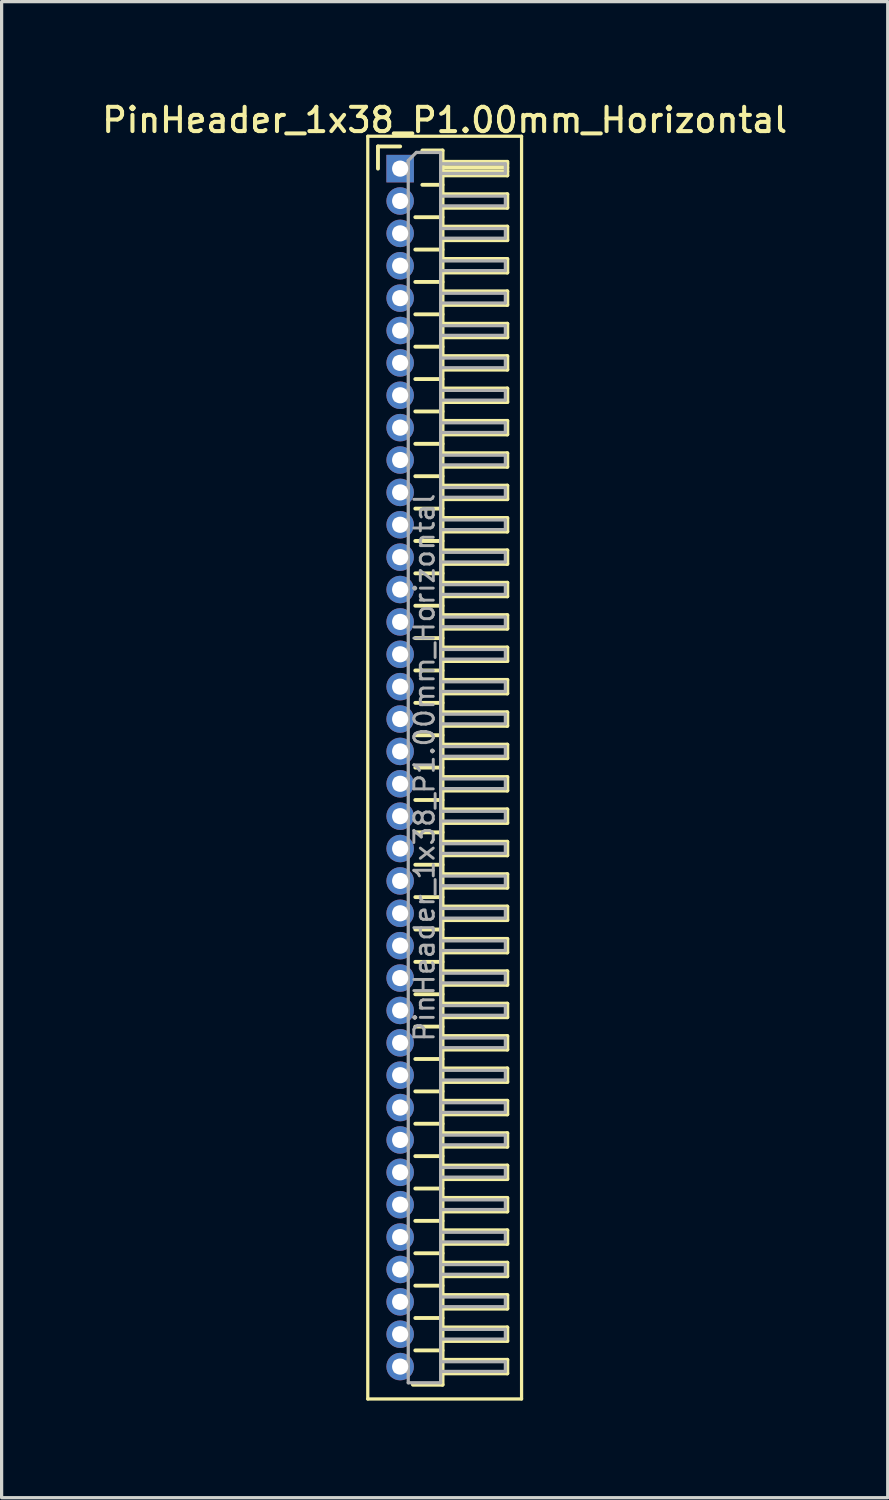
<source format=kicad_pcb>
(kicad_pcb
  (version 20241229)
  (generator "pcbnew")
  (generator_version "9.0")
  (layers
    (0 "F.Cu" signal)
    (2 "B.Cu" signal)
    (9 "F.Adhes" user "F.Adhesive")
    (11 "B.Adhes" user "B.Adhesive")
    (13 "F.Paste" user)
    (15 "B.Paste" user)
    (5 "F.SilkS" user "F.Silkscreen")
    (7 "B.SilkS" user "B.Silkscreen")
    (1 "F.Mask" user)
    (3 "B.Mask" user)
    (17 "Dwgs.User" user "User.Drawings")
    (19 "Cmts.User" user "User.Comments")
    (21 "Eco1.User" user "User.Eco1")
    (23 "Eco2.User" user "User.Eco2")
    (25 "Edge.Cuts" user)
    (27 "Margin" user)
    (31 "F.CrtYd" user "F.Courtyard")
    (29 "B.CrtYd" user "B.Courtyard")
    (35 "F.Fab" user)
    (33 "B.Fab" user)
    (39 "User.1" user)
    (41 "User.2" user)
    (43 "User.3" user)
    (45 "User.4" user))
  (footprint "PinHeader_1x38_P1.00mm_Horizontal"
    (layer "F.Cu")
    (at 9.309 2.158)
    (property "Reference" "PinHeader_1x38_P1.00mm_Horizontal" (at 1.375 -1.5 0) (layer "F.SilkS") (effects (font (size 0.75 0.75) (thickness 0.125))))
    (attr through_hole)
    (fp_line (start -1 -1) (end -1 38) (stroke (width 0.1) (type solid)) (layer "F.SilkS"))
    (fp_line (start -1 38) (end 3.75 38) (stroke (width 0.1) (type solid)) (layer "F.SilkS"))
    (fp_line (start -0.685 -0.685) (end 0 -0.685) (stroke (width 0.12) (type solid)) (layer "F.SilkS"))
    (fp_line (start -0.685 0) (end -0.685 -0.685) (stroke (width 0.12) (type solid)) (layer "F.SilkS"))
    (fp_line (start 0.468 1.5) (end 1.31 1.5) (stroke (width 0.12) (type solid)) (layer "F.SilkS"))
    (fp_line (start 0.468 2.5) (end 1.31 2.5) (stroke (width 0.12) (type solid)) (layer "F.SilkS"))
    (fp_line (start 0.468 3.5) (end 1.31 3.5) (stroke (width 0.12) (type solid)) (layer "F.SilkS"))
    (fp_line (start 0.468 4.5) (end 1.31 4.5) (stroke (width 0.12) (type solid)) (layer "F.SilkS"))
    (fp_line (start 0.468 5.5) (end 1.31 5.5) (stroke (width 0.12) (type solid)) (layer "F.SilkS"))
    (fp_line (start 0.468 6.5) (end 1.31 6.5) (stroke (width 0.12) (type solid)) (layer "F.SilkS"))
    (fp_line (start 0.468 7.5) (end 1.31 7.5) (stroke (width 0.12) (type solid)) (layer "F.SilkS"))
    (fp_line (start 0.468 8.5) (end 1.31 8.5) (stroke (width 0.12) (type solid)) (layer "F.SilkS"))
    (fp_line (start 0.468 9.5) (end 1.31 9.5) (stroke (width 0.12) (type solid)) (layer "F.SilkS"))
    (fp_line (start 0.468 10.5) (end 1.31 10.5) (stroke (width 0.12) (type solid)) (layer "F.SilkS"))
    (fp_line (start 0.468 11.5) (end 1.31 11.5) (stroke (width 0.12) (type solid)) (layer "F.SilkS"))
    (fp_line (start 0.468 12.5) (end 1.31 12.5) (stroke (width 0.12) (type solid)) (layer "F.SilkS"))
    (fp_line (start 0.468 13.5) (end 1.31 13.5) (stroke (width 0.12) (type solid)) (layer "F.SilkS"))
    (fp_line (start 0.468 14.5) (end 1.31 14.5) (stroke (width 0.12) (type solid)) (layer "F.SilkS"))
    (fp_line (start 0.468 15.5) (end 1.31 15.5) (stroke (width 0.12) (type solid)) (layer "F.SilkS"))
    (fp_line (start 0.468 16.5) (end 1.31 16.5) (stroke (width 0.12) (type solid)) (layer "F.SilkS"))
    (fp_line (start 0.468 17.5) (end 1.31 17.5) (stroke (width 0.12) (type solid)) (layer "F.SilkS"))
    (fp_line (start 0.468 18.5) (end 1.31 18.5) (stroke (width 0.12) (type solid)) (layer "F.SilkS"))
    (fp_line (start 0.468 19.5) (end 1.31 19.5) (stroke (width 0.12) (type solid)) (layer "F.SilkS"))
    (fp_line (start 0.468 20.5) (end 1.31 20.5) (stroke (width 0.12) (type solid)) (layer "F.SilkS"))
    (fp_line (start 0.468 21.5) (end 1.31 21.5) (stroke (width 0.12) (type solid)) (layer "F.SilkS"))
    (fp_line (start 0.468 22.5) (end 1.31 22.5) (stroke (width 0.12) (type solid)) (layer "F.SilkS"))
    (fp_line (start 0.468 23.5) (end 1.31 23.5) (stroke (width 0.12) (type solid)) (layer "F.SilkS"))
    (fp_line (start 0.468 24.5) (end 1.31 24.5) (stroke (width 0.12) (type solid)) (layer "F.SilkS"))
    (fp_line (start 0.468 25.5) (end 1.31 25.5) (stroke (width 0.12) (type solid)) (layer "F.SilkS"))
    (fp_line (start 0.468 26.5) (end 1.31 26.5) (stroke (width 0.12) (type solid)) (layer "F.SilkS"))
    (fp_line (start 0.468 27.5) (end 1.31 27.5) (stroke (width 0.12) (type solid)) (layer "F.SilkS"))
    (fp_line (start 0.468 28.5) (end 1.31 28.5) (stroke (width 0.12) (type solid)) (layer "F.SilkS"))
    (fp_line (start 0.468 29.5) (end 1.31 29.5) (stroke (width 0.12) (type solid)) (layer "F.SilkS"))
    (fp_line (start 0.468 30.5) (end 1.31 30.5) (stroke (width 0.12) (type solid)) (layer "F.SilkS"))
    (fp_line (start 0.468 31.5) (end 1.31 31.5) (stroke (width 0.12) (type solid)) (layer "F.SilkS"))
    (fp_line (start 0.468 32.5) (end 1.31 32.5) (stroke (width 0.12) (type solid)) (layer "F.SilkS"))
    (fp_line (start 0.468 33.5) (end 1.31 33.5) (stroke (width 0.12) (type solid)) (layer "F.SilkS"))
    (fp_line (start 0.468 34.5) (end 1.31 34.5) (stroke (width 0.12) (type solid)) (layer "F.SilkS"))
    (fp_line (start 0.468 35.5) (end 1.31 35.5) (stroke (width 0.12) (type solid)) (layer "F.SilkS"))
    (fp_line (start 0.468 36.5) (end 1.31 36.5) (stroke (width 0.12) (type solid)) (layer "F.SilkS"))
    (fp_line (start 0.685 -0.56) (end 1.31 -0.56) (stroke (width 0.12) (type solid)) (layer "F.SilkS"))
    (fp_line (start 0.685 0.5) (end 1.31 0.5) (stroke (width 0.12) (type solid)) (layer "F.SilkS"))
    (fp_line (start 1.31 -0.56) (end 1.31 37.56) (stroke (width 0.12) (type solid)) (layer "F.SilkS"))
    (fp_line (start 1.31 -0.21) (end 3.31 -0.21) (stroke (width 0.12) (type solid)) (layer "F.SilkS"))
    (fp_line (start 1.31 -0.15) (end 3.31 -0.15) (stroke (width 0.12) (type solid)) (layer "F.SilkS"))
    (fp_line (start 1.31 -0.03) (end 3.31 -0.03) (stroke (width 0.12) (type solid)) (layer "F.SilkS"))
    (fp_line (start 1.31 0.09) (end 3.31 0.09) (stroke (width 0.12) (type solid)) (layer "F.SilkS"))
    (fp_line (start 1.31 0.79) (end 3.31 0.79) (stroke (width 0.12) (type solid)) (layer "F.SilkS"))
    (fp_line (start 1.31 1.79) (end 3.31 1.79) (stroke (width 0.12) (type solid)) (layer "F.SilkS"))
    (fp_line (start 1.31 2.79) (end 3.31 2.79) (stroke (width 0.12) (type solid)) (layer "F.SilkS"))
    (fp_line (start 1.31 3.79) (end 3.31 3.79) (stroke (width 0.12) (type solid)) (layer "F.SilkS"))
    (fp_line (start 1.31 4.79) (end 3.31 4.79) (stroke (width 0.12) (type solid)) (layer "F.SilkS"))
    (fp_line (start 1.31 5.79) (end 3.31 5.79) (stroke (width 0.12) (type solid)) (layer "F.SilkS"))
    (fp_line (start 1.31 6.79) (end 3.31 6.79) (stroke (width 0.12) (type solid)) (layer "F.SilkS"))
    (fp_line (start 1.31 7.79) (end 3.31 7.79) (stroke (width 0.12) (type solid)) (layer "F.SilkS"))
    (fp_line (start 1.31 8.79) (end 3.31 8.79) (stroke (width 0.12) (type solid)) (layer "F.SilkS"))
    (fp_line (start 1.31 9.79) (end 3.31 9.79) (stroke (width 0.12) (type solid)) (layer "F.SilkS"))
    (fp_line (start 1.31 10.79) (end 3.31 10.79) (stroke (width 0.12) (type solid)) (layer "F.SilkS"))
    (fp_line (start 1.31 11.79) (end 3.31 11.79) (stroke (width 0.12) (type solid)) (layer "F.SilkS"))
    (fp_line (start 1.31 12.79) (end 3.31 12.79) (stroke (width 0.12) (type solid)) (layer "F.SilkS"))
    (fp_line (start 1.31 13.79) (end 3.31 13.79) (stroke (width 0.12) (type solid)) (layer "F.SilkS"))
    (fp_line (start 1.31 14.79) (end 3.31 14.79) (stroke (width 0.12) (type solid)) (layer "F.SilkS"))
    (fp_line (start 1.31 15.79) (end 3.31 15.79) (stroke (width 0.12) (type solid)) (layer "F.SilkS"))
    (fp_line (start 1.31 16.79) (end 3.31 16.79) (stroke (width 0.12) (type solid)) (layer "F.SilkS"))
    (fp_line (start 1.31 17.79) (end 3.31 17.79) (stroke (width 0.12) (type solid)) (layer "F.SilkS"))
    (fp_line (start 1.31 18.79) (end 3.31 18.79) (stroke (width 0.12) (type solid)) (layer "F.SilkS"))
    (fp_line (start 1.31 19.79) (end 3.31 19.79) (stroke (width 0.12) (type solid)) (layer "F.SilkS"))
    (fp_line (start 1.31 20.79) (end 3.31 20.79) (stroke (width 0.12) (type solid)) (layer "F.SilkS"))
    (fp_line (start 1.31 21.79) (end 3.31 21.79) (stroke (width 0.12) (type solid)) (layer "F.SilkS"))
    (fp_line (start 1.31 22.79) (end 3.31 22.79) (stroke (width 0.12) (type solid)) (layer "F.SilkS"))
    (fp_line (start 1.31 23.79) (end 3.31 23.79) (stroke (width 0.12) (type solid)) (layer "F.SilkS"))
    (fp_line (start 1.31 24.79) (end 3.31 24.79) (stroke (width 0.12) (type solid)) (layer "F.SilkS"))
    (fp_line (start 1.31 25.79) (end 3.31 25.79) (stroke (width 0.12) (type solid)) (layer "F.SilkS"))
    (fp_line (start 1.31 26.79) (end 3.31 26.79) (stroke (width 0.12) (type solid)) (layer "F.SilkS"))
    (fp_line (start 1.31 27.79) (end 3.31 27.79) (stroke (width 0.12) (type solid)) (layer "F.SilkS"))
    (fp_line (start 1.31 28.79) (end 3.31 28.79) (stroke (width 0.12) (type solid)) (layer "F.SilkS"))
    (fp_line (start 1.31 29.79) (end 3.31 29.79) (stroke (width 0.12) (type solid)) (layer "F.SilkS"))
    (fp_line (start 1.31 30.79) (end 3.31 30.79) (stroke (width 0.12) (type solid)) (layer "F.SilkS"))
    (fp_line (start 1.31 31.79) (end 3.31 31.79) (stroke (width 0.12) (type solid)) (layer "F.SilkS"))
    (fp_line (start 1.31 32.79) (end 3.31 32.79) (stroke (width 0.12) (type solid)) (layer "F.SilkS"))
    (fp_line (start 1.31 33.79) (end 3.31 33.79) (stroke (width 0.12) (type solid)) (layer "F.SilkS"))
    (fp_line (start 1.31 34.79) (end 3.31 34.79) (stroke (width 0.12) (type solid)) (layer "F.SilkS"))
    (fp_line (start 1.31 35.79) (end 3.31 35.79) (stroke (width 0.12) (type solid)) (layer "F.SilkS"))
    (fp_line (start 1.31 36.79) (end 3.31 36.79) (stroke (width 0.12) (type solid)) (layer "F.SilkS"))
    (fp_line (start 1.31 37.56) (end 0.394 37.56) (stroke (width 0.12) (type solid)) (layer "F.SilkS"))
    (fp_line (start 3.31 -0.21) (end 3.31 0.21) (stroke (width 0.12) (type solid)) (layer "F.SilkS"))
    (fp_line (start 3.31 0.21) (end 1.31 0.21) (stroke (width 0.12) (type solid)) (layer "F.SilkS"))
    (fp_line (start 3.31 0.79) (end 3.31 1.21) (stroke (width 0.12) (type solid)) (layer "F.SilkS"))
    (fp_line (start 3.31 1.21) (end 1.31 1.21) (stroke (width 0.12) (type solid)) (layer "F.SilkS"))
    (fp_line (start 3.31 1.79) (end 3.31 2.21) (stroke (width 0.12) (type solid)) (layer "F.SilkS"))
    (fp_line (start 3.31 2.21) (end 1.31 2.21) (stroke (width 0.12) (type solid)) (layer "F.SilkS"))
    (fp_line (start 3.31 2.79) (end 3.31 3.21) (stroke (width 0.12) (type solid)) (layer "F.SilkS"))
    (fp_line (start 3.31 3.21) (end 1.31 3.21) (stroke (width 0.12) (type solid)) (layer "F.SilkS"))
    (fp_line (start 3.31 3.79) (end 3.31 4.21) (stroke (width 0.12) (type solid)) (layer "F.SilkS"))
    (fp_line (start 3.31 4.21) (end 1.31 4.21) (stroke (width 0.12) (type solid)) (layer "F.SilkS"))
    (fp_line (start 3.31 4.79) (end 3.31 5.21) (stroke (width 0.12) (type solid)) (layer "F.SilkS"))
    (fp_line (start 3.31 5.21) (end 1.31 5.21) (stroke (width 0.12) (type solid)) (layer "F.SilkS"))
    (fp_line (start 3.31 5.79) (end 3.31 6.21) (stroke (width 0.12) (type solid)) (layer "F.SilkS"))
    (fp_line (start 3.31 6.21) (end 1.31 6.21) (stroke (width 0.12) (type solid)) (layer "F.SilkS"))
    (fp_line (start 3.31 6.79) (end 3.31 7.21) (stroke (width 0.12) (type solid)) (layer "F.SilkS"))
    (fp_line (start 3.31 7.21) (end 1.31 7.21) (stroke (width 0.12) (type solid)) (layer "F.SilkS"))
    (fp_line (start 3.31 7.79) (end 3.31 8.21) (stroke (width 0.12) (type solid)) (layer "F.SilkS"))
    (fp_line (start 3.31 8.21) (end 1.31 8.21) (stroke (width 0.12) (type solid)) (layer "F.SilkS"))
    (fp_line (start 3.31 8.79) (end 3.31 9.21) (stroke (width 0.12) (type solid)) (layer "F.SilkS"))
    (fp_line (start 3.31 9.21) (end 1.31 9.21) (stroke (width 0.12) (type solid)) (layer "F.SilkS"))
    (fp_line (start 3.31 9.79) (end 3.31 10.21) (stroke (width 0.12) (type solid)) (layer "F.SilkS"))
    (fp_line (start 3.31 10.21) (end 1.31 10.21) (stroke (width 0.12) (type solid)) (layer "F.SilkS"))
    (fp_line (start 3.31 10.79) (end 3.31 11.21) (stroke (width 0.12) (type solid)) (layer "F.SilkS"))
    (fp_line (start 3.31 11.21) (end 1.31 11.21) (stroke (width 0.12) (type solid)) (layer "F.SilkS"))
    (fp_line (start 3.31 11.79) (end 3.31 12.21) (stroke (width 0.12) (type solid)) (layer "F.SilkS"))
    (fp_line (start 3.31 12.21) (end 1.31 12.21) (stroke (width 0.12) (type solid)) (layer "F.SilkS"))
    (fp_line (start 3.31 12.79) (end 3.31 13.21) (stroke (width 0.12) (type solid)) (layer "F.SilkS"))
    (fp_line (start 3.31 13.21) (end 1.31 13.21) (stroke (width 0.12) (type solid)) (layer "F.SilkS"))
    (fp_line (start 3.31 13.79) (end 3.31 14.21) (stroke (width 0.12) (type solid)) (layer "F.SilkS"))
    (fp_line (start 3.31 14.21) (end 1.31 14.21) (stroke (width 0.12) (type solid)) (layer "F.SilkS"))
    (fp_line (start 3.31 14.79) (end 3.31 15.21) (stroke (width 0.12) (type solid)) (layer "F.SilkS"))
    (fp_line (start 3.31 15.21) (end 1.31 15.21) (stroke (width 0.12) (type solid)) (layer "F.SilkS"))
    (fp_line (start 3.31 15.79) (end 3.31 16.21) (stroke (width 0.12) (type solid)) (layer "F.SilkS"))
    (fp_line (start 3.31 16.21) (end 1.31 16.21) (stroke (width 0.12) (type solid)) (layer "F.SilkS"))
    (fp_line (start 3.31 16.79) (end 3.31 17.21) (stroke (width 0.12) (type solid)) (layer "F.SilkS"))
    (fp_line (start 3.31 17.21) (end 1.31 17.21) (stroke (width 0.12) (type solid)) (layer "F.SilkS"))
    (fp_line (start 3.31 17.79) (end 3.31 18.21) (stroke (width 0.12) (type solid)) (layer "F.SilkS"))
    (fp_line (start 3.31 18.21) (end 1.31 18.21) (stroke (width 0.12) (type solid)) (layer "F.SilkS"))
    (fp_line (start 3.31 18.79) (end 3.31 19.21) (stroke (width 0.12) (type solid)) (layer "F.SilkS"))
    (fp_line (start 3.31 19.21) (end 1.31 19.21) (stroke (width 0.12) (type solid)) (layer "F.SilkS"))
    (fp_line (start 3.31 19.79) (end 3.31 20.21) (stroke (width 0.12) (type solid)) (layer "F.SilkS"))
    (fp_line (start 3.31 20.21) (end 1.31 20.21) (stroke (width 0.12) (type solid)) (layer "F.SilkS"))
    (fp_line (start 3.31 20.79) (end 3.31 21.21) (stroke (width 0.12) (type solid)) (layer "F.SilkS"))
    (fp_line (start 3.31 21.21) (end 1.31 21.21) (stroke (width 0.12) (type solid)) (layer "F.SilkS"))
    (fp_line (start 3.31 21.79) (end 3.31 22.21) (stroke (width 0.12) (type solid)) (layer "F.SilkS"))
    (fp_line (start 3.31 22.21) (end 1.31 22.21) (stroke (width 0.12) (type solid)) (layer "F.SilkS"))
    (fp_line (start 3.31 22.79) (end 3.31 23.21) (stroke (width 0.12) (type solid)) (layer "F.SilkS"))
    (fp_line (start 3.31 23.21) (end 1.31 23.21) (stroke (width 0.12) (type solid)) (layer "F.SilkS"))
    (fp_line (start 3.31 23.79) (end 3.31 24.21) (stroke (width 0.12) (type solid)) (layer "F.SilkS"))
    (fp_line (start 3.31 24.21) (end 1.31 24.21) (stroke (width 0.12) (type solid)) (layer "F.SilkS"))
    (fp_line (start 3.31 24.79) (end 3.31 25.21) (stroke (width 0.12) (type solid)) (layer "F.SilkS"))
    (fp_line (start 3.31 25.21) (end 1.31 25.21) (stroke (width 0.12) (type solid)) (layer "F.SilkS"))
    (fp_line (start 3.31 25.79) (end 3.31 26.21) (stroke (width 0.12) (type solid)) (layer "F.SilkS"))
    (fp_line (start 3.31 26.21) (end 1.31 26.21) (stroke (width 0.12) (type solid)) (layer "F.SilkS"))
    (fp_line (start 3.31 26.79) (end 3.31 27.21) (stroke (width 0.12) (type solid)) (layer "F.SilkS"))
    (fp_line (start 3.31 27.21) (end 1.31 27.21) (stroke (width 0.12) (type solid)) (layer "F.SilkS"))
    (fp_line (start 3.31 27.79) (end 3.31 28.21) (stroke (width 0.12) (type solid)) (layer "F.SilkS"))
    (fp_line (start 3.31 28.21) (end 1.31 28.21) (stroke (width 0.12) (type solid)) (layer "F.SilkS"))
    (fp_line (start 3.31 28.79) (end 3.31 29.21) (stroke (width 0.12) (type solid)) (layer "F.SilkS"))
    (fp_line (start 3.31 29.21) (end 1.31 29.21) (stroke (width 0.12) (type solid)) (layer "F.SilkS"))
    (fp_line (start 3.31 29.79) (end 3.31 30.21) (stroke (width 0.12) (type solid)) (layer "F.SilkS"))
    (fp_line (start 3.31 30.21) (end 1.31 30.21) (stroke (width 0.12) (type solid)) (layer "F.SilkS"))
    (fp_line (start 3.31 30.79) (end 3.31 31.21) (stroke (width 0.12) (type solid)) (layer "F.SilkS"))
    (fp_line (start 3.31 31.21) (end 1.31 31.21) (stroke (width 0.12) (type solid)) (layer "F.SilkS"))
    (fp_line (start 3.31 31.79) (end 3.31 32.21) (stroke (width 0.12) (type solid)) (layer "F.SilkS"))
    (fp_line (start 3.31 32.21) (end 1.31 32.21) (stroke (width 0.12) (type solid)) (layer "F.SilkS"))
    (fp_line (start 3.31 32.79) (end 3.31 33.21) (stroke (width 0.12) (type solid)) (layer "F.SilkS"))
    (fp_line (start 3.31 33.21) (end 1.31 33.21) (stroke (width 0.12) (type solid)) (layer "F.SilkS"))
    (fp_line (start 3.31 33.79) (end 3.31 34.21) (stroke (width 0.12) (type solid)) (layer "F.SilkS"))
    (fp_line (start 3.31 34.21) (end 1.31 34.21) (stroke (width 0.12) (type solid)) (layer "F.SilkS"))
    (fp_line (start 3.31 34.79) (end 3.31 35.21) (stroke (width 0.12) (type solid)) (layer "F.SilkS"))
    (fp_line (start 3.31 35.21) (end 1.31 35.21) (stroke (width 0.12) (type solid)) (layer "F.SilkS"))
    (fp_line (start 3.31 35.79) (end 3.31 36.21) (stroke (width 0.12) (type solid)) (layer "F.SilkS"))
    (fp_line (start 3.31 36.21) (end 1.31 36.21) (stroke (width 0.12) (type solid)) (layer "F.SilkS"))
    (fp_line (start 3.31 36.79) (end 3.31 37.21) (stroke (width 0.12) (type solid)) (layer "F.SilkS"))
    (fp_line (start 3.31 37.21) (end 1.31 37.21) (stroke (width 0.12) (type solid)) (layer "F.SilkS"))
    (fp_line (start 3.75 -1) (end -1 -1) (stroke (width 0.1) (type solid)) (layer "F.SilkS"))
    (fp_line (start 3.75 38) (end 3.75 -1) (stroke (width 0.1) (type solid)) (layer "F.SilkS"))
    (fp_line (start -0.15 -0.15) (end -0.15 0.15) (stroke (width 0.1) (type solid)) (layer "F.Fab"))
    (fp_line (start -0.15 -0.15) (end 0.25 -0.15) (stroke (width 0.1) (type solid)) (layer "F.Fab"))
    (fp_line (start -0.15 0.15) (end 0.25 0.15) (stroke (width 0.1) (type solid)) (layer "F.Fab"))
    (fp_line (start -0.15 0.85) (end -0.15 1.15) (stroke (width 0.1) (type solid)) (layer "F.Fab"))
    (fp_line (start -0.15 0.85) (end 0.25 0.85) (stroke (width 0.1) (type solid)) (layer "F.Fab"))
    (fp_line (start -0.15 1.15) (end 0.25 1.15) (stroke (width 0.1) (type solid)) (layer "F.Fab"))
    (fp_line (start -0.15 1.85) (end -0.15 2.15) (stroke (width 0.1) (type solid)) (layer "F.Fab"))
    (fp_line (start -0.15 1.85) (end 0.25 1.85) (stroke (width 0.1) (type solid)) (layer "F.Fab"))
    (fp_line (start -0.15 2.15) (end 0.25 2.15) (stroke (width 0.1) (type solid)) (layer "F.Fab"))
    (fp_line (start -0.15 2.85) (end -0.15 3.15) (stroke (width 0.1) (type solid)) (layer "F.Fab"))
    (fp_line (start -0.15 2.85) (end 0.25 2.85) (stroke (width 0.1) (type solid)) (layer "F.Fab"))
    (fp_line (start -0.15 3.15) (end 0.25 3.15) (stroke (width 0.1) (type solid)) (layer "F.Fab"))
    (fp_line (start -0.15 3.85) (end -0.15 4.15) (stroke (width 0.1) (type solid)) (layer "F.Fab"))
    (fp_line (start -0.15 3.85) (end 0.25 3.85) (stroke (width 0.1) (type solid)) (layer "F.Fab"))
    (fp_line (start -0.15 4.15) (end 0.25 4.15) (stroke (width 0.1) (type solid)) (layer "F.Fab"))
    (fp_line (start -0.15 4.85) (end -0.15 5.15) (stroke (width 0.1) (type solid)) (layer "F.Fab"))
    (fp_line (start -0.15 4.85) (end 0.25 4.85) (stroke (width 0.1) (type solid)) (layer "F.Fab"))
    (fp_line (start -0.15 5.15) (end 0.25 5.15) (stroke (width 0.1) (type solid)) (layer "F.Fab"))
    (fp_line (start -0.15 5.85) (end -0.15 6.15) (stroke (width 0.1) (type solid)) (layer "F.Fab"))
    (fp_line (start -0.15 5.85) (end 0.25 5.85) (stroke (width 0.1) (type solid)) (layer "F.Fab"))
    (fp_line (start -0.15 6.15) (end 0.25 6.15) (stroke (width 0.1) (type solid)) (layer "F.Fab"))
    (fp_line (start -0.15 6.85) (end -0.15 7.15) (stroke (width 0.1) (type solid)) (layer "F.Fab"))
    (fp_line (start -0.15 6.85) (end 0.25 6.85) (stroke (width 0.1) (type solid)) (layer "F.Fab"))
    (fp_line (start -0.15 7.15) (end 0.25 7.15) (stroke (width 0.1) (type solid)) (layer "F.Fab"))
    (fp_line (start -0.15 7.85) (end -0.15 8.15) (stroke (width 0.1) (type solid)) (layer "F.Fab"))
    (fp_line (start -0.15 7.85) (end 0.25 7.85) (stroke (width 0.1) (type solid)) (layer "F.Fab"))
    (fp_line (start -0.15 8.15) (end 0.25 8.15) (stroke (width 0.1) (type solid)) (layer "F.Fab"))
    (fp_line (start -0.15 8.85) (end -0.15 9.15) (stroke (width 0.1) (type solid)) (layer "F.Fab"))
    (fp_line (start -0.15 8.85) (end 0.25 8.85) (stroke (width 0.1) (type solid)) (layer "F.Fab"))
    (fp_line (start -0.15 9.15) (end 0.25 9.15) (stroke (width 0.1) (type solid)) (layer "F.Fab"))
    (fp_line (start -0.15 9.85) (end -0.15 10.15) (stroke (width 0.1) (type solid)) (layer "F.Fab"))
    (fp_line (start -0.15 9.85) (end 0.25 9.85) (stroke (width 0.1) (type solid)) (layer "F.Fab"))
    (fp_line (start -0.15 10.15) (end 0.25 10.15) (stroke (width 0.1) (type solid)) (layer "F.Fab"))
    (fp_line (start -0.15 10.85) (end -0.15 11.15) (stroke (width 0.1) (type solid)) (layer "F.Fab"))
    (fp_line (start -0.15 10.85) (end 0.25 10.85) (stroke (width 0.1) (type solid)) (layer "F.Fab"))
    (fp_line (start -0.15 11.15) (end 0.25 11.15) (stroke (width 0.1) (type solid)) (layer "F.Fab"))
    (fp_line (start -0.15 11.85) (end -0.15 12.15) (stroke (width 0.1) (type solid)) (layer "F.Fab"))
    (fp_line (start -0.15 11.85) (end 0.25 11.85) (stroke (width 0.1) (type solid)) (layer "F.Fab"))
    (fp_line (start -0.15 12.15) (end 0.25 12.15) (stroke (width 0.1) (type solid)) (layer "F.Fab"))
    (fp_line (start -0.15 12.85) (end -0.15 13.15) (stroke (width 0.1) (type solid)) (layer "F.Fab"))
    (fp_line (start -0.15 12.85) (end 0.25 12.85) (stroke (width 0.1) (type solid)) (layer "F.Fab"))
    (fp_line (start -0.15 13.15) (end 0.25 13.15) (stroke (width 0.1) (type solid)) (layer "F.Fab"))
    (fp_line (start -0.15 13.85) (end -0.15 14.15) (stroke (width 0.1) (type solid)) (layer "F.Fab"))
    (fp_line (start -0.15 13.85) (end 0.25 13.85) (stroke (width 0.1) (type solid)) (layer "F.Fab"))
    (fp_line (start -0.15 14.15) (end 0.25 14.15) (stroke (width 0.1) (type solid)) (layer "F.Fab"))
    (fp_line (start -0.15 14.85) (end -0.15 15.15) (stroke (width 0.1) (type solid)) (layer "F.Fab"))
    (fp_line (start -0.15 14.85) (end 0.25 14.85) (stroke (width 0.1) (type solid)) (layer "F.Fab"))
    (fp_line (start -0.15 15.15) (end 0.25 15.15) (stroke (width 0.1) (type solid)) (layer "F.Fab"))
    (fp_line (start -0.15 15.85) (end -0.15 16.15) (stroke (width 0.1) (type solid)) (layer "F.Fab"))
    (fp_line (start -0.15 15.85) (end 0.25 15.85) (stroke (width 0.1) (type solid)) (layer "F.Fab"))
    (fp_line (start -0.15 16.15) (end 0.25 16.15) (stroke (width 0.1) (type solid)) (layer "F.Fab"))
    (fp_line (start -0.15 16.85) (end -0.15 17.15) (stroke (width 0.1) (type solid)) (layer "F.Fab"))
    (fp_line (start -0.15 16.85) (end 0.25 16.85) (stroke (width 0.1) (type solid)) (layer "F.Fab"))
    (fp_line (start -0.15 17.15) (end 0.25 17.15) (stroke (width 0.1) (type solid)) (layer "F.Fab"))
    (fp_line (start -0.15 17.85) (end -0.15 18.15) (stroke (width 0.1) (type solid)) (layer "F.Fab"))
    (fp_line (start -0.15 17.85) (end 0.25 17.85) (stroke (width 0.1) (type solid)) (layer "F.Fab"))
    (fp_line (start -0.15 18.15) (end 0.25 18.15) (stroke (width 0.1) (type solid)) (layer "F.Fab"))
    (fp_line (start -0.15 18.85) (end -0.15 19.15) (stroke (width 0.1) (type solid)) (layer "F.Fab"))
    (fp_line (start -0.15 18.85) (end 0.25 18.85) (stroke (width 0.1) (type solid)) (layer "F.Fab"))
    (fp_line (start -0.15 19.15) (end 0.25 19.15) (stroke (width 0.1) (type solid)) (layer "F.Fab"))
    (fp_line (start -0.15 19.85) (end -0.15 20.15) (stroke (width 0.1) (type solid)) (layer "F.Fab"))
    (fp_line (start -0.15 19.85) (end 0.25 19.85) (stroke (width 0.1) (type solid)) (layer "F.Fab"))
    (fp_line (start -0.15 20.15) (end 0.25 20.15) (stroke (width 0.1) (type solid)) (layer "F.Fab"))
    (fp_line (start -0.15 20.85) (end -0.15 21.15) (stroke (width 0.1) (type solid)) (layer "F.Fab"))
    (fp_line (start -0.15 20.85) (end 0.25 20.85) (stroke (width 0.1) (type solid)) (layer "F.Fab"))
    (fp_line (start -0.15 21.15) (end 0.25 21.15) (stroke (width 0.1) (type solid)) (layer "F.Fab"))
    (fp_line (start -0.15 21.85) (end -0.15 22.15) (stroke (width 0.1) (type solid)) (layer "F.Fab"))
    (fp_line (start -0.15 21.85) (end 0.25 21.85) (stroke (width 0.1) (type solid)) (layer "F.Fab"))
    (fp_line (start -0.15 22.15) (end 0.25 22.15) (stroke (width 0.1) (type solid)) (layer "F.Fab"))
    (fp_line (start -0.15 22.85) (end -0.15 23.15) (stroke (width 0.1) (type solid)) (layer "F.Fab"))
    (fp_line (start -0.15 22.85) (end 0.25 22.85) (stroke (width 0.1) (type solid)) (layer "F.Fab"))
    (fp_line (start -0.15 23.15) (end 0.25 23.15) (stroke (width 0.1) (type solid)) (layer "F.Fab"))
    (fp_line (start -0.15 23.85) (end -0.15 24.15) (stroke (width 0.1) (type solid)) (layer "F.Fab"))
    (fp_line (start -0.15 23.85) (end 0.25 23.85) (stroke (width 0.1) (type solid)) (layer "F.Fab"))
    (fp_line (start -0.15 24.15) (end 0.25 24.15) (stroke (width 0.1) (type solid)) (layer "F.Fab"))
    (fp_line (start -0.15 24.85) (end -0.15 25.15) (stroke (width 0.1) (type solid)) (layer "F.Fab"))
    (fp_line (start -0.15 24.85) (end 0.25 24.85) (stroke (width 0.1) (type solid)) (layer "F.Fab"))
    (fp_line (start -0.15 25.15) (end 0.25 25.15) (stroke (width 0.1) (type solid)) (layer "F.Fab"))
    (fp_line (start -0.15 25.85) (end -0.15 26.15) (stroke (width 0.1) (type solid)) (layer "F.Fab"))
    (fp_line (start -0.15 25.85) (end 0.25 25.85) (stroke (width 0.1) (type solid)) (layer "F.Fab"))
    (fp_line (start -0.15 26.15) (end 0.25 26.15) (stroke (width 0.1) (type solid)) (layer "F.Fab"))
    (fp_line (start -0.15 26.85) (end -0.15 27.15) (stroke (width 0.1) (type solid)) (layer "F.Fab"))
    (fp_line (start -0.15 26.85) (end 0.25 26.85) (stroke (width 0.1) (type solid)) (layer "F.Fab"))
    (fp_line (start -0.15 27.15) (end 0.25 27.15) (stroke (width 0.1) (type solid)) (layer "F.Fab"))
    (fp_line (start -0.15 27.85) (end -0.15 28.15) (stroke (width 0.1) (type solid)) (layer "F.Fab"))
    (fp_line (start -0.15 27.85) (end 0.25 27.85) (stroke (width 0.1) (type solid)) (layer "F.Fab"))
    (fp_line (start -0.15 28.15) (end 0.25 28.15) (stroke (width 0.1) (type solid)) (layer "F.Fab"))
    (fp_line (start -0.15 28.85) (end -0.15 29.15) (stroke (width 0.1) (type solid)) (layer "F.Fab"))
    (fp_line (start -0.15 28.85) (end 0.25 28.85) (stroke (width 0.1) (type solid)) (layer "F.Fab"))
    (fp_line (start -0.15 29.15) (end 0.25 29.15) (stroke (width 0.1) (type solid)) (layer "F.Fab"))
    (fp_line (start -0.15 29.85) (end -0.15 30.15) (stroke (width 0.1) (type solid)) (layer "F.Fab"))
    (fp_line (start -0.15 29.85) (end 0.25 29.85) (stroke (width 0.1) (type solid)) (layer "F.Fab"))
    (fp_line (start -0.15 30.15) (end 0.25 30.15) (stroke (width 0.1) (type solid)) (layer "F.Fab"))
    (fp_line (start -0.15 30.85) (end -0.15 31.15) (stroke (width 0.1) (type solid)) (layer "F.Fab"))
    (fp_line (start -0.15 30.85) (end 0.25 30.85) (stroke (width 0.1) (type solid)) (layer "F.Fab"))
    (fp_line (start -0.15 31.15) (end 0.25 31.15) (stroke (width 0.1) (type solid)) (layer "F.Fab"))
    (fp_line (start -0.15 31.85) (end -0.15 32.15) (stroke (width 0.1) (type solid)) (layer "F.Fab"))
    (fp_line (start -0.15 31.85) (end 0.25 31.85) (stroke (width 0.1) (type solid)) (layer "F.Fab"))
    (fp_line (start -0.15 32.15) (end 0.25 32.15) (stroke (width 0.1) (type solid)) (layer "F.Fab"))
    (fp_line (start -0.15 32.85) (end -0.15 33.15) (stroke (width 0.1) (type solid)) (layer "F.Fab"))
    (fp_line (start -0.15 32.85) (end 0.25 32.85) (stroke (width 0.1) (type solid)) (layer "F.Fab"))
    (fp_line (start -0.15 33.15) (end 0.25 33.15) (stroke (width 0.1) (type solid)) (layer "F.Fab"))
    (fp_line (start -0.15 33.85) (end -0.15 34.15) (stroke (width 0.1) (type solid)) (layer "F.Fab"))
    (fp_line (start -0.15 33.85) (end 0.25 33.85) (stroke (width 0.1) (type solid)) (layer "F.Fab"))
    (fp_line (start -0.15 34.15) (end 0.25 34.15) (stroke (width 0.1) (type solid)) (layer "F.Fab"))
    (fp_line (start -0.15 34.85) (end -0.15 35.15) (stroke (width 0.1) (type solid)) (layer "F.Fab"))
    (fp_line (start -0.15 34.85) (end 0.25 34.85) (stroke (width 0.1) (type solid)) (layer "F.Fab"))
    (fp_line (start -0.15 35.15) (end 0.25 35.15) (stroke (width 0.1) (type solid)) (layer "F.Fab"))
    (fp_line (start -0.15 35.85) (end -0.15 36.15) (stroke (width 0.1) (type solid)) (layer "F.Fab"))
    (fp_line (start -0.15 35.85) (end 0.25 35.85) (stroke (width 0.1) (type solid)) (layer "F.Fab"))
    (fp_line (start -0.15 36.15) (end 0.25 36.15) (stroke (width 0.1) (type solid)) (layer "F.Fab"))
    (fp_line (start -0.15 36.85) (end -0.15 37.15) (stroke (width 0.1) (type solid)) (layer "F.Fab"))
    (fp_line (start -0.15 36.85) (end 0.25 36.85) (stroke (width 0.1) (type solid)) (layer "F.Fab"))
    (fp_line (start -0.15 37.15) (end 0.25 37.15) (stroke (width 0.1) (type solid)) (layer "F.Fab"))
    (fp_line (start 0.25 -0.25) (end 0.5 -0.5) (stroke (width 0.1) (type solid)) (layer "F.Fab"))
    (fp_line (start 0.25 37.5) (end 0.25 -0.25) (stroke (width 0.1) (type solid)) (layer "F.Fab"))
    (fp_line (start 0.5 -0.5) (end 1.25 -0.5) (stroke (width 0.1) (type solid)) (layer "F.Fab"))
    (fp_line (start 1.25 -0.5) (end 1.25 37.5) (stroke (width 0.1) (type solid)) (layer "F.Fab"))
    (fp_line (start 1.25 -0.15) (end 3.25 -0.15) (stroke (width 0.1) (type solid)) (layer "F.Fab"))
    (fp_line (start 1.25 0.15) (end 3.25 0.15) (stroke (width 0.1) (type solid)) (layer "F.Fab"))
    (fp_line (start 1.25 0.85) (end 3.25 0.85) (stroke (width 0.1) (type solid)) (layer "F.Fab"))
    (fp_line (start 1.25 1.15) (end 3.25 1.15) (stroke (width 0.1) (type solid)) (layer "F.Fab"))
    (fp_line (start 1.25 1.85) (end 3.25 1.85) (stroke (width 0.1) (type solid)) (layer "F.Fab"))
    (fp_line (start 1.25 2.15) (end 3.25 2.15) (stroke (width 0.1) (type solid)) (layer "F.Fab"))
    (fp_line (start 1.25 2.85) (end 3.25 2.85) (stroke (width 0.1) (type solid)) (layer "F.Fab"))
    (fp_line (start 1.25 3.15) (end 3.25 3.15) (stroke (width 0.1) (type solid)) (layer "F.Fab"))
    (fp_line (start 1.25 3.85) (end 3.25 3.85) (stroke (width 0.1) (type solid)) (layer "F.Fab"))
    (fp_line (start 1.25 4.15) (end 3.25 4.15) (stroke (width 0.1) (type solid)) (layer "F.Fab"))
    (fp_line (start 1.25 4.85) (end 3.25 4.85) (stroke (width 0.1) (type solid)) (layer "F.Fab"))
    (fp_line (start 1.25 5.15) (end 3.25 5.15) (stroke (width 0.1) (type solid)) (layer "F.Fab"))
    (fp_line (start 1.25 5.85) (end 3.25 5.85) (stroke (width 0.1) (type solid)) (layer "F.Fab"))
    (fp_line (start 1.25 6.15) (end 3.25 6.15) (stroke (width 0.1) (type solid)) (layer "F.Fab"))
    (fp_line (start 1.25 6.85) (end 3.25 6.85) (stroke (width 0.1) (type solid)) (layer "F.Fab"))
    (fp_line (start 1.25 7.15) (end 3.25 7.15) (stroke (width 0.1) (type solid)) (layer "F.Fab"))
    (fp_line (start 1.25 7.85) (end 3.25 7.85) (stroke (width 0.1) (type solid)) (layer "F.Fab"))
    (fp_line (start 1.25 8.15) (end 3.25 8.15) (stroke (width 0.1) (type solid)) (layer "F.Fab"))
    (fp_line (start 1.25 8.85) (end 3.25 8.85) (stroke (width 0.1) (type solid)) (layer "F.Fab"))
    (fp_line (start 1.25 9.15) (end 3.25 9.15) (stroke (width 0.1) (type solid)) (layer "F.Fab"))
    (fp_line (start 1.25 9.85) (end 3.25 9.85) (stroke (width 0.1) (type solid)) (layer "F.Fab"))
    (fp_line (start 1.25 10.15) (end 3.25 10.15) (stroke (width 0.1) (type solid)) (layer "F.Fab"))
    (fp_line (start 1.25 10.85) (end 3.25 10.85) (stroke (width 0.1) (type solid)) (layer "F.Fab"))
    (fp_line (start 1.25 11.15) (end 3.25 11.15) (stroke (width 0.1) (type solid)) (layer "F.Fab"))
    (fp_line (start 1.25 11.85) (end 3.25 11.85) (stroke (width 0.1) (type solid)) (layer "F.Fab"))
    (fp_line (start 1.25 12.15) (end 3.25 12.15) (stroke (width 0.1) (type solid)) (layer "F.Fab"))
    (fp_line (start 1.25 12.85) (end 3.25 12.85) (stroke (width 0.1) (type solid)) (layer "F.Fab"))
    (fp_line (start 1.25 13.15) (end 3.25 13.15) (stroke (width 0.1) (type solid)) (layer "F.Fab"))
    (fp_line (start 1.25 13.85) (end 3.25 13.85) (stroke (width 0.1) (type solid)) (layer "F.Fab"))
    (fp_line (start 1.25 14.15) (end 3.25 14.15) (stroke (width 0.1) (type solid)) (layer "F.Fab"))
    (fp_line (start 1.25 14.85) (end 3.25 14.85) (stroke (width 0.1) (type solid)) (layer "F.Fab"))
    (fp_line (start 1.25 15.15) (end 3.25 15.15) (stroke (width 0.1) (type solid)) (layer "F.Fab"))
    (fp_line (start 1.25 15.85) (end 3.25 15.85) (stroke (width 0.1) (type solid)) (layer "F.Fab"))
    (fp_line (start 1.25 16.15) (end 3.25 16.15) (stroke (width 0.1) (type solid)) (layer "F.Fab"))
    (fp_line (start 1.25 16.85) (end 3.25 16.85) (stroke (width 0.1) (type solid)) (layer "F.Fab"))
    (fp_line (start 1.25 17.15) (end 3.25 17.15) (stroke (width 0.1) (type solid)) (layer "F.Fab"))
    (fp_line (start 1.25 17.85) (end 3.25 17.85) (stroke (width 0.1) (type solid)) (layer "F.Fab"))
    (fp_line (start 1.25 18.15) (end 3.25 18.15) (stroke (width 0.1) (type solid)) (layer "F.Fab"))
    (fp_line (start 1.25 18.85) (end 3.25 18.85) (stroke (width 0.1) (type solid)) (layer "F.Fab"))
    (fp_line (start 1.25 19.15) (end 3.25 19.15) (stroke (width 0.1) (type solid)) (layer "F.Fab"))
    (fp_line (start 1.25 19.85) (end 3.25 19.85) (stroke (width 0.1) (type solid)) (layer "F.Fab"))
    (fp_line (start 1.25 20.15) (end 3.25 20.15) (stroke (width 0.1) (type solid)) (layer "F.Fab"))
    (fp_line (start 1.25 20.85) (end 3.25 20.85) (stroke (width 0.1) (type solid)) (layer "F.Fab"))
    (fp_line (start 1.25 21.15) (end 3.25 21.15) (stroke (width 0.1) (type solid)) (layer "F.Fab"))
    (fp_line (start 1.25 21.85) (end 3.25 21.85) (stroke (width 0.1) (type solid)) (layer "F.Fab"))
    (fp_line (start 1.25 22.15) (end 3.25 22.15) (stroke (width 0.1) (type solid)) (layer "F.Fab"))
    (fp_line (start 1.25 22.85) (end 3.25 22.85) (stroke (width 0.1) (type solid)) (layer "F.Fab"))
    (fp_line (start 1.25 23.15) (end 3.25 23.15) (stroke (width 0.1) (type solid)) (layer "F.Fab"))
    (fp_line (start 1.25 23.85) (end 3.25 23.85) (stroke (width 0.1) (type solid)) (layer "F.Fab"))
    (fp_line (start 1.25 24.15) (end 3.25 24.15) (stroke (width 0.1) (type solid)) (layer "F.Fab"))
    (fp_line (start 1.25 24.85) (end 3.25 24.85) (stroke (width 0.1) (type solid)) (layer "F.Fab"))
    (fp_line (start 1.25 25.15) (end 3.25 25.15) (stroke (width 0.1) (type solid)) (layer "F.Fab"))
    (fp_line (start 1.25 25.85) (end 3.25 25.85) (stroke (width 0.1) (type solid)) (layer "F.Fab"))
    (fp_line (start 1.25 26.15) (end 3.25 26.15) (stroke (width 0.1) (type solid)) (layer "F.Fab"))
    (fp_line (start 1.25 26.85) (end 3.25 26.85) (stroke (width 0.1) (type solid)) (layer "F.Fab"))
    (fp_line (start 1.25 27.15) (end 3.25 27.15) (stroke (width 0.1) (type solid)) (layer "F.Fab"))
    (fp_line (start 1.25 27.85) (end 3.25 27.85) (stroke (width 0.1) (type solid)) (layer "F.Fab"))
    (fp_line (start 1.25 28.15) (end 3.25 28.15) (stroke (width 0.1) (type solid)) (layer "F.Fab"))
    (fp_line (start 1.25 28.85) (end 3.25 28.85) (stroke (width 0.1) (type solid)) (layer "F.Fab"))
    (fp_line (start 1.25 29.15) (end 3.25 29.15) (stroke (width 0.1) (type solid)) (layer "F.Fab"))
    (fp_line (start 1.25 29.85) (end 3.25 29.85) (stroke (width 0.1) (type solid)) (layer "F.Fab"))
    (fp_line (start 1.25 30.15) (end 3.25 30.15) (stroke (width 0.1) (type solid)) (layer "F.Fab"))
    (fp_line (start 1.25 30.85) (end 3.25 30.85) (stroke (width 0.1) (type solid)) (layer "F.Fab"))
    (fp_line (start 1.25 31.15) (end 3.25 31.15) (stroke (width 0.1) (type solid)) (layer "F.Fab"))
    (fp_line (start 1.25 31.85) (end 3.25 31.85) (stroke (width 0.1) (type solid)) (layer "F.Fab"))
    (fp_line (start 1.25 32.15) (end 3.25 32.15) (stroke (width 0.1) (type solid)) (layer "F.Fab"))
    (fp_line (start 1.25 32.85) (end 3.25 32.85) (stroke (width 0.1) (type solid)) (layer "F.Fab"))
    (fp_line (start 1.25 33.15) (end 3.25 33.15) (stroke (width 0.1) (type solid)) (layer "F.Fab"))
    (fp_line (start 1.25 33.85) (end 3.25 33.85) (stroke (width 0.1) (type solid)) (layer "F.Fab"))
    (fp_line (start 1.25 34.15) (end 3.25 34.15) (stroke (width 0.1) (type solid)) (layer "F.Fab"))
    (fp_line (start 1.25 34.85) (end 3.25 34.85) (stroke (width 0.1) (type solid)) (layer "F.Fab"))
    (fp_line (start 1.25 35.15) (end 3.25 35.15) (stroke (width 0.1) (type solid)) (layer "F.Fab"))
    (fp_line (start 1.25 35.85) (end 3.25 35.85) (stroke (width 0.1) (type solid)) (layer "F.Fab"))
    (fp_line (start 1.25 36.15) (end 3.25 36.15) (stroke (width 0.1) (type solid)) (layer "F.Fab"))
    (fp_line (start 1.25 36.85) (end 3.25 36.85) (stroke (width 0.1) (type solid)) (layer "F.Fab"))
    (fp_line (start 1.25 37.15) (end 3.25 37.15) (stroke (width 0.1) (type solid)) (layer "F.Fab"))
    (fp_line (start 1.25 37.5) (end 0.25 37.5) (stroke (width 0.1) (type solid)) (layer "F.Fab"))
    (fp_line (start 3.25 -0.15) (end 3.25 0.15) (stroke (width 0.1) (type solid)) (layer "F.Fab"))
    (fp_line (start 3.25 0.85) (end 3.25 1.15) (stroke (width 0.1) (type solid)) (layer "F.Fab"))
    (fp_line (start 3.25 1.85) (end 3.25 2.15) (stroke (width 0.1) (type solid)) (layer "F.Fab"))
    (fp_line (start 3.25 2.85) (end 3.25 3.15) (stroke (width 0.1) (type solid)) (layer "F.Fab"))
    (fp_line (start 3.25 3.85) (end 3.25 4.15) (stroke (width 0.1) (type solid)) (layer "F.Fab"))
    (fp_line (start 3.25 4.85) (end 3.25 5.15) (stroke (width 0.1) (type solid)) (layer "F.Fab"))
    (fp_line (start 3.25 5.85) (end 3.25 6.15) (stroke (width 0.1) (type solid)) (layer "F.Fab"))
    (fp_line (start 3.25 6.85) (end 3.25 7.15) (stroke (width 0.1) (type solid)) (layer "F.Fab"))
    (fp_line (start 3.25 7.85) (end 3.25 8.15) (stroke (width 0.1) (type solid)) (layer "F.Fab"))
    (fp_line (start 3.25 8.85) (end 3.25 9.15) (stroke (width 0.1) (type solid)) (layer "F.Fab"))
    (fp_line (start 3.25 9.85) (end 3.25 10.15) (stroke (width 0.1) (type solid)) (layer "F.Fab"))
    (fp_line (start 3.25 10.85) (end 3.25 11.15) (stroke (width 0.1) (type solid)) (layer "F.Fab"))
    (fp_line (start 3.25 11.85) (end 3.25 12.15) (stroke (width 0.1) (type solid)) (layer "F.Fab"))
    (fp_line (start 3.25 12.85) (end 3.25 13.15) (stroke (width 0.1) (type solid)) (layer "F.Fab"))
    (fp_line (start 3.25 13.85) (end 3.25 14.15) (stroke (width 0.1) (type solid)) (layer "F.Fab"))
    (fp_line (start 3.25 14.85) (end 3.25 15.15) (stroke (width 0.1) (type solid)) (layer "F.Fab"))
    (fp_line (start 3.25 15.85) (end 3.25 16.15) (stroke (width 0.1) (type solid)) (layer "F.Fab"))
    (fp_line (start 3.25 16.85) (end 3.25 17.15) (stroke (width 0.1) (type solid)) (layer "F.Fab"))
    (fp_line (start 3.25 17.85) (end 3.25 18.15) (stroke (width 0.1) (type solid)) (layer "F.Fab"))
    (fp_line (start 3.25 18.85) (end 3.25 19.15) (stroke (width 0.1) (type solid)) (layer "F.Fab"))
    (fp_line (start 3.25 19.85) (end 3.25 20.15) (stroke (width 0.1) (type solid)) (layer "F.Fab"))
    (fp_line (start 3.25 20.85) (end 3.25 21.15) (stroke (width 0.1) (type solid)) (layer "F.Fab"))
    (fp_line (start 3.25 21.85) (end 3.25 22.15) (stroke (width 0.1) (type solid)) (layer "F.Fab"))
    (fp_line (start 3.25 22.85) (end 3.25 23.15) (stroke (width 0.1) (type solid)) (layer "F.Fab"))
    (fp_line (start 3.25 23.85) (end 3.25 24.15) (stroke (width 0.1) (type solid)) (layer "F.Fab"))
    (fp_line (start 3.25 24.85) (end 3.25 25.15) (stroke (width 0.1) (type solid)) (layer "F.Fab"))
    (fp_line (start 3.25 25.85) (end 3.25 26.15) (stroke (width 0.1) (type solid)) (layer "F.Fab"))
    (fp_line (start 3.25 26.85) (end 3.25 27.15) (stroke (width 0.1) (type solid)) (layer "F.Fab"))
    (fp_line (start 3.25 27.85) (end 3.25 28.15) (stroke (width 0.1) (type solid)) (layer "F.Fab"))
    (fp_line (start 3.25 28.85) (end 3.25 29.15) (stroke (width 0.1) (type solid)) (layer "F.Fab"))
    (fp_line (start 3.25 29.85) (end 3.25 30.15) (stroke (width 0.1) (type solid)) (layer "F.Fab"))
    (fp_line (start 3.25 30.85) (end 3.25 31.15) (stroke (width 0.1) (type solid)) (layer "F.Fab"))
    (fp_line (start 3.25 31.85) (end 3.25 32.15) (stroke (width 0.1) (type solid)) (layer "F.Fab"))
    (fp_line (start 3.25 32.85) (end 3.25 33.15) (stroke (width 0.1) (type solid)) (layer "F.Fab"))
    (fp_line (start 3.25 33.85) (end 3.25 34.15) (stroke (width 0.1) (type solid)) (layer "F.Fab"))
    (fp_line (start 3.25 34.85) (end 3.25 35.15) (stroke (width 0.1) (type solid)) (layer "F.Fab"))
    (fp_line (start 3.25 35.85) (end 3.25 36.15) (stroke (width 0.1) (type solid)) (layer "F.Fab"))
    (fp_line (start 3.25 36.85) (end 3.25 37.15) (stroke (width 0.1) (type solid)) (layer "F.Fab"))
    (fp_text user "${REFERENCE}" (at 0.75 18.5 90) (layer "F.Fab") (effects (font (size 0.6 0.6) (thickness 0.09))))
    (pad "1" thru_hole rect (at 0 0) (size 0.85 0.85) (drill 0.5) (layers "*.Cu" "*.Mask"))
    (pad "2" thru_hole oval (at 0 1) (size 0.85 0.85) (drill 0.5) (layers "*.Cu" "*.Mask"))
    (pad "3" thru_hole oval (at 0 2) (size 0.85 0.85) (drill 0.5) (layers "*.Cu" "*.Mask"))
    (pad "4" thru_hole oval (at 0 3) (size 0.85 0.85) (drill 0.5) (layers "*.Cu" "*.Mask"))
    (pad "5" thru_hole oval (at 0 4) (size 0.85 0.85) (drill 0.5) (layers "*.Cu" "*.Mask"))
    (pad "6" thru_hole oval (at 0 5) (size 0.85 0.85) (drill 0.5) (layers "*.Cu" "*.Mask"))
    (pad "7" thru_hole oval (at 0 6) (size 0.85 0.85) (drill 0.5) (layers "*.Cu" "*.Mask"))
    (pad "8" thru_hole oval (at 0 7) (size 0.85 0.85) (drill 0.5) (layers "*.Cu" "*.Mask"))
    (pad "9" thru_hole oval (at 0 8) (size 0.85 0.85) (drill 0.5) (layers "*.Cu" "*.Mask"))
    (pad "10" thru_hole oval (at 0 9) (size 0.85 0.85) (drill 0.5) (layers "*.Cu" "*.Mask"))
    (pad "11" thru_hole oval (at 0 10) (size 0.85 0.85) (drill 0.5) (layers "*.Cu" "*.Mask"))
    (pad "12" thru_hole oval (at 0 11) (size 0.85 0.85) (drill 0.5) (layers "*.Cu" "*.Mask"))
    (pad "13" thru_hole oval (at 0 12) (size 0.85 0.85) (drill 0.5) (layers "*.Cu" "*.Mask"))
    (pad "14" thru_hole oval (at 0 13) (size 0.85 0.85) (drill 0.5) (layers "*.Cu" "*.Mask"))
    (pad "15" thru_hole oval (at 0 14) (size 0.85 0.85) (drill 0.5) (layers "*.Cu" "*.Mask"))
    (pad "16" thru_hole oval (at 0 15) (size 0.85 0.85) (drill 0.5) (layers "*.Cu" "*.Mask"))
    (pad "17" thru_hole oval (at 0 16) (size 0.85 0.85) (drill 0.5) (layers "*.Cu" "*.Mask"))
    (pad "18" thru_hole oval (at 0 17) (size 0.85 0.85) (drill 0.5) (layers "*.Cu" "*.Mask"))
    (pad "19" thru_hole oval (at 0 18) (size 0.85 0.85) (drill 0.5) (layers "*.Cu" "*.Mask"))
    (pad "20" thru_hole oval (at 0 19) (size 0.85 0.85) (drill 0.5) (layers "*.Cu" "*.Mask"))
    (pad "21" thru_hole oval (at 0 20) (size 0.85 0.85) (drill 0.5) (layers "*.Cu" "*.Mask"))
    (pad "22" thru_hole oval (at 0 21) (size 0.85 0.85) (drill 0.5) (layers "*.Cu" "*.Mask"))
    (pad "23" thru_hole oval (at 0 22) (size 0.85 0.85) (drill 0.5) (layers "*.Cu" "*.Mask"))
    (pad "24" thru_hole oval (at 0 23) (size 0.85 0.85) (drill 0.5) (layers "*.Cu" "*.Mask"))
    (pad "25" thru_hole oval (at 0 24) (size 0.85 0.85) (drill 0.5) (layers "*.Cu" "*.Mask"))
    (pad "26" thru_hole oval (at 0 25) (size 0.85 0.85) (drill 0.5) (layers "*.Cu" "*.Mask"))
    (pad "27" thru_hole oval (at 0 26) (size 0.85 0.85) (drill 0.5) (layers "*.Cu" "*.Mask"))
    (pad "28" thru_hole oval (at 0 27) (size 0.85 0.85) (drill 0.5) (layers "*.Cu" "*.Mask"))
    (pad "29" thru_hole oval (at 0 28) (size 0.85 0.85) (drill 0.5) (layers "*.Cu" "*.Mask"))
    (pad "30" thru_hole oval (at 0 29) (size 0.85 0.85) (drill 0.5) (layers "*.Cu" "*.Mask"))
    (pad "31" thru_hole oval (at 0 30) (size 0.85 0.85) (drill 0.5) (layers "*.Cu" "*.Mask"))
    (pad "32" thru_hole oval (at 0 31) (size 0.85 0.85) (drill 0.5) (layers "*.Cu" "*.Mask"))
    (pad "33" thru_hole oval (at 0 32) (size 0.85 0.85) (drill 0.5) (layers "*.Cu" "*.Mask"))
    (pad "34" thru_hole oval (at 0 33) (size 0.85 0.85) (drill 0.5) (layers "*.Cu" "*.Mask"))
    (pad "35" thru_hole oval (at 0 34) (size 0.85 0.85) (drill 0.5) (layers "*.Cu" "*.Mask"))
    (pad "36" thru_hole oval (at 0 35) (size 0.85 0.85) (drill 0.5) (layers "*.Cu" "*.Mask"))
    (pad "37" thru_hole oval (at 0 36) (size 0.85 0.85) (drill 0.5) (layers "*.Cu" "*.Mask"))
    (pad "38" thru_hole oval (at 0 37) (size 0.85 0.85) (drill 0.5) (layers "*.Cu" "*.Mask")))
  (gr_rect
    (start -3 -3)
    (end 24.368 43.208)
    (stroke (width 0.1) (type default))
    (fill no)
    (layer "Edge.Cuts")))
</source>
